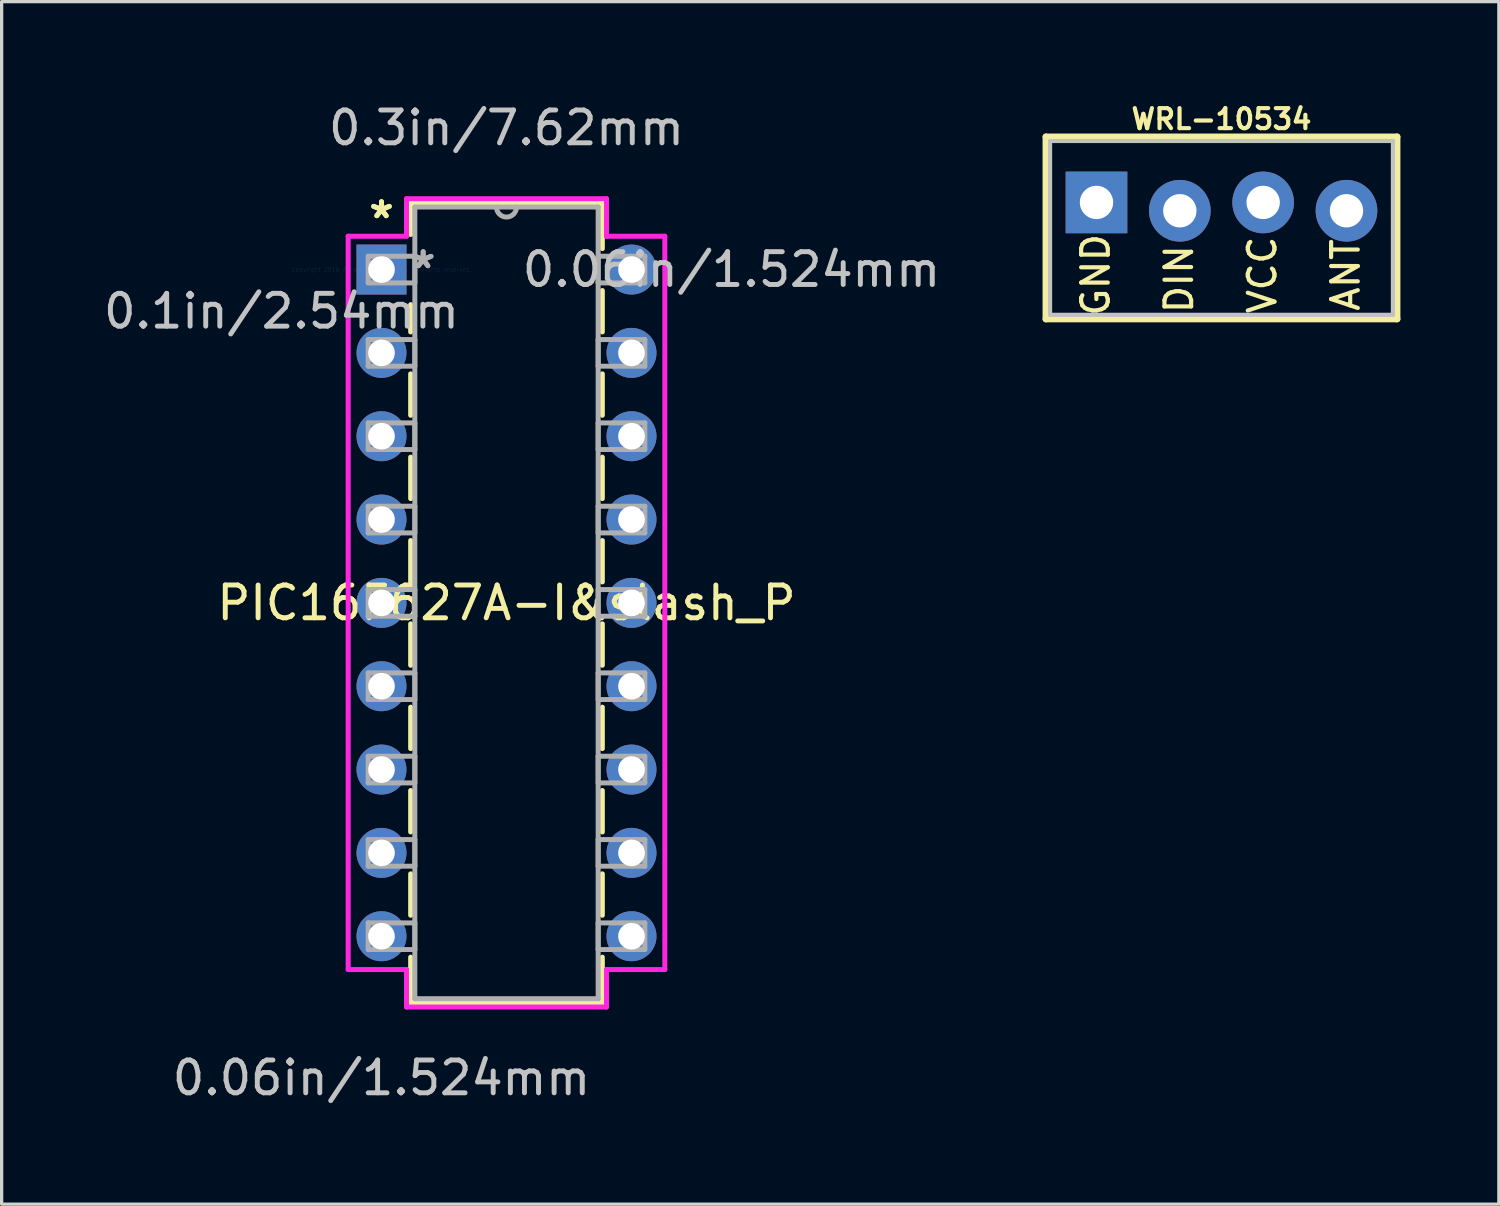
<source format=kicad_pcb>
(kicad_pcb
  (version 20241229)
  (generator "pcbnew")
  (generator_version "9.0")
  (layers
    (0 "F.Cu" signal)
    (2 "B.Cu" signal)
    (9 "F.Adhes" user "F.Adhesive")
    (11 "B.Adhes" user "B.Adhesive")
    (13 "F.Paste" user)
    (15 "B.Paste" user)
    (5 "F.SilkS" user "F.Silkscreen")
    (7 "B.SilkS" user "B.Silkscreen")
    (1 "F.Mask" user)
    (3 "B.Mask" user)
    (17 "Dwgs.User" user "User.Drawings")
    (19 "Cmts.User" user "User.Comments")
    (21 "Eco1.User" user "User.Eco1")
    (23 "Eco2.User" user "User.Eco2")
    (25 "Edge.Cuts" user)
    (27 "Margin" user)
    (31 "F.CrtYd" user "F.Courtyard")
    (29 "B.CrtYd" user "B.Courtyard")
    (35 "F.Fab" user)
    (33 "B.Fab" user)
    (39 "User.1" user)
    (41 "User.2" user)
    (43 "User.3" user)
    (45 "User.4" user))
  (footprint "PIC16F627A-I&slash_P"
    (layer "F.Cu")
    (at 8.578 5.166)
    (property "Reference" "PIC16F627A-I&slash_P" (at 3.81 10.16 0) (layer "F.SilkS") (effects (font (size 1 1) (thickness 0.15))))
    (attr through_hole)
    (fp_line (start 0.889 -2.032) (end 0.889 -1.07) (stroke (width 0.152) (type solid)) (layer "F.SilkS"))
    (fp_line (start 0.889 1.07) (end 0.889 1.901) (stroke (width 0.152) (type solid)) (layer "F.SilkS"))
    (fp_line (start 0.889 3.179) (end 0.889 4.441) (stroke (width 0.152) (type solid)) (layer "F.SilkS"))
    (fp_line (start 0.889 5.719) (end 0.889 6.981) (stroke (width 0.152) (type solid)) (layer "F.SilkS"))
    (fp_line (start 0.889 8.259) (end 0.889 9.521) (stroke (width 0.152) (type solid)) (layer "F.SilkS"))
    (fp_line (start 0.889 10.799) (end 0.889 12.061) (stroke (width 0.152) (type solid)) (layer "F.SilkS"))
    (fp_line (start 0.889 13.339) (end 0.889 14.601) (stroke (width 0.152) (type solid)) (layer "F.SilkS"))
    (fp_line (start 0.889 15.879) (end 0.889 17.141) (stroke (width 0.152) (type solid)) (layer "F.SilkS"))
    (fp_line (start 0.889 18.419) (end 0.889 19.681) (stroke (width 0.152) (type solid)) (layer "F.SilkS"))
    (fp_line (start 0.889 20.959) (end 0.889 22.352) (stroke (width 0.152) (type solid)) (layer "F.SilkS"))
    (fp_line (start 0.889 22.352) (end 6.731 22.352) (stroke (width 0.152) (type solid)) (layer "F.SilkS"))
    (fp_line (start 6.731 -2.032) (end 0.889 -2.032) (stroke (width 0.152) (type solid)) (layer "F.SilkS"))
    (fp_line (start 6.731 -0.639) (end 6.731 -2.032) (stroke (width 0.152) (type solid)) (layer "F.SilkS"))
    (fp_line (start 6.731 1.901) (end 6.731 0.639) (stroke (width 0.152) (type solid)) (layer "F.SilkS"))
    (fp_line (start 6.731 4.441) (end 6.731 3.179) (stroke (width 0.152) (type solid)) (layer "F.SilkS"))
    (fp_line (start 6.731 6.981) (end 6.731 5.719) (stroke (width 0.152) (type solid)) (layer "F.SilkS"))
    (fp_line (start 6.731 9.521) (end 6.731 8.259) (stroke (width 0.152) (type solid)) (layer "F.SilkS"))
    (fp_line (start 6.731 12.061) (end 6.731 10.799) (stroke (width 0.152) (type solid)) (layer "F.SilkS"))
    (fp_line (start 6.731 14.601) (end 6.731 13.339) (stroke (width 0.152) (type solid)) (layer "F.SilkS"))
    (fp_line (start 6.731 17.141) (end 6.731 15.879) (stroke (width 0.152) (type solid)) (layer "F.SilkS"))
    (fp_line (start 6.731 19.681) (end 6.731 18.419) (stroke (width 0.152) (type solid)) (layer "F.SilkS"))
    (fp_line (start 6.731 22.352) (end 6.731 20.959) (stroke (width 0.152) (type solid)) (layer "F.SilkS"))
    (fp_line (start -1.016 -1.016) (end -1.016 21.336) (stroke (width 0.152) (type solid)) (layer "F.CrtYd"))
    (fp_line (start -1.016 21.336) (end 0.762 21.336) (stroke (width 0.152) (type solid)) (layer "F.CrtYd"))
    (fp_line (start 0.762 -2.159) (end 0.762 -1.016) (stroke (width 0.152) (type solid)) (layer "F.CrtYd"))
    (fp_line (start 0.762 -1.016) (end -1.016 -1.016) (stroke (width 0.152) (type solid)) (layer "F.CrtYd"))
    (fp_line (start 0.762 21.336) (end 0.762 22.479) (stroke (width 0.152) (type solid)) (layer "F.CrtYd"))
    (fp_line (start 0.762 22.479) (end 6.858 22.479) (stroke (width 0.152) (type solid)) (layer "F.CrtYd"))
    (fp_line (start 6.858 -2.159) (end 0.762 -2.159) (stroke (width 0.152) (type solid)) (layer "F.CrtYd"))
    (fp_line (start 6.858 -1.016) (end 6.858 -2.159) (stroke (width 0.152) (type solid)) (layer "F.CrtYd"))
    (fp_line (start 6.858 21.336) (end 8.636 21.336) (stroke (width 0.152) (type solid)) (layer "F.CrtYd"))
    (fp_line (start 6.858 22.479) (end 6.858 21.336) (stroke (width 0.152) (type solid)) (layer "F.CrtYd"))
    (fp_line (start 8.636 -1.016) (end 6.858 -1.016) (stroke (width 0.152) (type solid)) (layer "F.CrtYd"))
    (fp_line (start 8.636 21.336) (end 8.636 -1.016) (stroke (width 0.152) (type solid)) (layer "F.CrtYd"))
    (fp_line (start -0.406 -0.406) (end -0.406 0.406) (stroke (width 0.152) (type solid)) (layer "F.Fab"))
    (fp_line (start -0.406 0.406) (end 1.016 0.406) (stroke (width 0.152) (type solid)) (layer "F.Fab"))
    (fp_line (start -0.406 2.134) (end -0.406 2.946) (stroke (width 0.152) (type solid)) (layer "F.Fab"))
    (fp_line (start -0.406 2.946) (end 1.016 2.946) (stroke (width 0.152) (type solid)) (layer "F.Fab"))
    (fp_line (start -0.406 4.674) (end -0.406 5.486) (stroke (width 0.152) (type solid)) (layer "F.Fab"))
    (fp_line (start -0.406 5.486) (end 1.016 5.486) (stroke (width 0.152) (type solid)) (layer "F.Fab"))
    (fp_line (start -0.406 7.214) (end -0.406 8.026) (stroke (width 0.152) (type solid)) (layer "F.Fab"))
    (fp_line (start -0.406 8.026) (end 1.016 8.026) (stroke (width 0.152) (type solid)) (layer "F.Fab"))
    (fp_line (start -0.406 9.754) (end -0.406 10.566) (stroke (width 0.152) (type solid)) (layer "F.Fab"))
    (fp_line (start -0.406 10.566) (end 1.016 10.566) (stroke (width 0.152) (type solid)) (layer "F.Fab"))
    (fp_line (start -0.406 12.294) (end -0.406 13.106) (stroke (width 0.152) (type solid)) (layer "F.Fab"))
    (fp_line (start -0.406 13.106) (end 1.016 13.106) (stroke (width 0.152) (type solid)) (layer "F.Fab"))
    (fp_line (start -0.406 14.834) (end -0.406 15.646) (stroke (width 0.152) (type solid)) (layer "F.Fab"))
    (fp_line (start -0.406 15.646) (end 1.016 15.646) (stroke (width 0.152) (type solid)) (layer "F.Fab"))
    (fp_line (start -0.406 17.374) (end -0.406 18.186) (stroke (width 0.152) (type solid)) (layer "F.Fab"))
    (fp_line (start -0.406 18.186) (end 1.016 18.186) (stroke (width 0.152) (type solid)) (layer "F.Fab"))
    (fp_line (start -0.406 19.914) (end -0.406 20.726) (stroke (width 0.152) (type solid)) (layer "F.Fab"))
    (fp_line (start -0.406 20.726) (end 1.016 20.726) (stroke (width 0.152) (type solid)) (layer "F.Fab"))
    (fp_line (start 1.016 -1.905) (end 1.016 22.225) (stroke (width 0.152) (type solid)) (layer "F.Fab"))
    (fp_line (start 1.016 -0.406) (end -0.406 -0.406) (stroke (width 0.152) (type solid)) (layer "F.Fab"))
    (fp_line (start 1.016 0.406) (end 1.016 -0.406) (stroke (width 0.152) (type solid)) (layer "F.Fab"))
    (fp_line (start 1.016 2.134) (end -0.406 2.134) (stroke (width 0.152) (type solid)) (layer "F.Fab"))
    (fp_line (start 1.016 2.946) (end 1.016 2.134) (stroke (width 0.152) (type solid)) (layer "F.Fab"))
    (fp_line (start 1.016 4.674) (end -0.406 4.674) (stroke (width 0.152) (type solid)) (layer "F.Fab"))
    (fp_line (start 1.016 5.486) (end 1.016 4.674) (stroke (width 0.152) (type solid)) (layer "F.Fab"))
    (fp_line (start 1.016 7.214) (end -0.406 7.214) (stroke (width 0.152) (type solid)) (layer "F.Fab"))
    (fp_line (start 1.016 8.026) (end 1.016 7.214) (stroke (width 0.152) (type solid)) (layer "F.Fab"))
    (fp_line (start 1.016 9.754) (end -0.406 9.754) (stroke (width 0.152) (type solid)) (layer "F.Fab"))
    (fp_line (start 1.016 10.566) (end 1.016 9.754) (stroke (width 0.152) (type solid)) (layer "F.Fab"))
    (fp_line (start 1.016 12.294) (end -0.406 12.294) (stroke (width 0.152) (type solid)) (layer "F.Fab"))
    (fp_line (start 1.016 13.106) (end 1.016 12.294) (stroke (width 0.152) (type solid)) (layer "F.Fab"))
    (fp_line (start 1.016 14.834) (end -0.406 14.834) (stroke (width 0.152) (type solid)) (layer "F.Fab"))
    (fp_line (start 1.016 15.646) (end 1.016 14.834) (stroke (width 0.152) (type solid)) (layer "F.Fab"))
    (fp_line (start 1.016 17.374) (end -0.406 17.374) (stroke (width 0.152) (type solid)) (layer "F.Fab"))
    (fp_line (start 1.016 18.186) (end 1.016 17.374) (stroke (width 0.152) (type solid)) (layer "F.Fab"))
    (fp_line (start 1.016 19.914) (end -0.406 19.914) (stroke (width 0.152) (type solid)) (layer "F.Fab"))
    (fp_line (start 1.016 20.726) (end 1.016 19.914) (stroke (width 0.152) (type solid)) (layer "F.Fab"))
    (fp_line (start 1.016 22.225) (end 6.604 22.225) (stroke (width 0.152) (type solid)) (layer "F.Fab"))
    (fp_line (start 6.604 -1.905) (end 1.016 -1.905) (stroke (width 0.152) (type solid)) (layer "F.Fab"))
    (fp_line (start 6.604 -0.406) (end 6.604 0.406) (stroke (width 0.152) (type solid)) (layer "F.Fab"))
    (fp_line (start 6.604 0.406) (end 8.026 0.406) (stroke (width 0.152) (type solid)) (layer "F.Fab"))
    (fp_line (start 6.604 2.134) (end 6.604 2.946) (stroke (width 0.152) (type solid)) (layer "F.Fab"))
    (fp_line (start 6.604 2.946) (end 8.026 2.946) (stroke (width 0.152) (type solid)) (layer "F.Fab"))
    (fp_line (start 6.604 4.674) (end 6.604 5.486) (stroke (width 0.152) (type solid)) (layer "F.Fab"))
    (fp_line (start 6.604 5.486) (end 8.026 5.486) (stroke (width 0.152) (type solid)) (layer "F.Fab"))
    (fp_line (start 6.604 7.214) (end 6.604 8.026) (stroke (width 0.152) (type solid)) (layer "F.Fab"))
    (fp_line (start 6.604 8.026) (end 8.026 8.026) (stroke (width 0.152) (type solid)) (layer "F.Fab"))
    (fp_line (start 6.604 9.754) (end 6.604 10.566) (stroke (width 0.152) (type solid)) (layer "F.Fab"))
    (fp_line (start 6.604 10.566) (end 8.026 10.566) (stroke (width 0.152) (type solid)) (layer "F.Fab"))
    (fp_line (start 6.604 12.294) (end 6.604 13.106) (stroke (width 0.152) (type solid)) (layer "F.Fab"))
    (fp_line (start 6.604 13.106) (end 8.026 13.106) (stroke (width 0.152) (type solid)) (layer "F.Fab"))
    (fp_line (start 6.604 14.834) (end 6.604 15.646) (stroke (width 0.152) (type solid)) (layer "F.Fab"))
    (fp_line (start 6.604 15.646) (end 8.026 15.646) (stroke (width 0.152) (type solid)) (layer "F.Fab"))
    (fp_line (start 6.604 17.374) (end 6.604 18.186) (stroke (width 0.152) (type solid)) (layer "F.Fab"))
    (fp_line (start 6.604 18.186) (end 8.026 18.186) (stroke (width 0.152) (type solid)) (layer "F.Fab"))
    (fp_line (start 6.604 19.914) (end 6.604 20.726) (stroke (width 0.152) (type solid)) (layer "F.Fab"))
    (fp_line (start 6.604 20.726) (end 8.026 20.726) (stroke (width 0.152) (type solid)) (layer "F.Fab"))
    (fp_line (start 6.604 22.225) (end 6.604 -1.905) (stroke (width 0.152) (type solid)) (layer "F.Fab"))
    (fp_line (start 8.026 -0.406) (end 6.604 -0.406) (stroke (width 0.152) (type solid)) (layer "F.Fab"))
    (fp_line (start 8.026 0.406) (end 8.026 -0.406) (stroke (width 0.152) (type solid)) (layer "F.Fab"))
    (fp_line (start 8.026 2.134) (end 6.604 2.134) (stroke (width 0.152) (type solid)) (layer "F.Fab"))
    (fp_line (start 8.026 2.946) (end 8.026 2.134) (stroke (width 0.152) (type solid)) (layer "F.Fab"))
    (fp_line (start 8.026 4.674) (end 6.604 4.674) (stroke (width 0.152) (type solid)) (layer "F.Fab"))
    (fp_line (start 8.026 5.486) (end 8.026 4.674) (stroke (width 0.152) (type solid)) (layer "F.Fab"))
    (fp_line (start 8.026 7.214) (end 6.604 7.214) (stroke (width 0.152) (type solid)) (layer "F.Fab"))
    (fp_line (start 8.026 8.026) (end 8.026 7.214) (stroke (width 0.152) (type solid)) (layer "F.Fab"))
    (fp_line (start 8.026 9.754) (end 6.604 9.754) (stroke (width 0.152) (type solid)) (layer "F.Fab"))
    (fp_line (start 8.026 10.566) (end 8.026 9.754) (stroke (width 0.152) (type solid)) (layer "F.Fab"))
    (fp_line (start 8.026 12.294) (end 6.604 12.294) (stroke (width 0.152) (type solid)) (layer "F.Fab"))
    (fp_line (start 8.026 13.106) (end 8.026 12.294) (stroke (width 0.152) (type solid)) (layer "F.Fab"))
    (fp_line (start 8.026 14.834) (end 6.604 14.834) (stroke (width 0.152) (type solid)) (layer "F.Fab"))
    (fp_line (start 8.026 15.646) (end 8.026 14.834) (stroke (width 0.152) (type solid)) (layer "F.Fab"))
    (fp_line (start 8.026 17.374) (end 6.604 17.374) (stroke (width 0.152) (type solid)) (layer "F.Fab"))
    (fp_line (start 8.026 18.186) (end 8.026 17.374) (stroke (width 0.152) (type solid)) (layer "F.Fab"))
    (fp_line (start 8.026 19.914) (end 6.604 19.914) (stroke (width 0.152) (type solid)) (layer "F.Fab"))
    (fp_line (start 8.026 20.726) (end 8.026 19.914) (stroke (width 0.152) (type solid)) (layer "F.Fab"))
    (fp_arc (start 4.1148 -1.905) (mid 3.81 -1.6002) (end 3.5052 -1.905) (stroke (width 0.1524) (type solid)) (layer "F.Fab"))
    (fp_text user "*" (at 0 -1.524 0) (layer "F.SilkS") (effects (font (size 1 1) (thickness 0.15))))
    (fp_text user "*" (at 0 -1.524 0) (layer "F.SilkS") (effects (font (size 1 1) (thickness 0.15))))
    (fp_text user "0.06in/1.524mm" (at 0 24.638 0) (layer "Dwgs.User") (effects (font (size 1 1) (thickness 0.15))))
    (fp_text user "0.3in/7.62mm" (at 3.81 -4.318 0) (layer "Dwgs.User") (effects (font (size 1 1) (thickness 0.15))))
    (fp_text user "0.06in/1.524mm" (at 10.668 0 0) (layer "Dwgs.User") (effects (font (size 1 1) (thickness 0.15))))
    (fp_text user "0.1in/2.54mm" (at -3.048 1.27 0) (layer "Dwgs.User") (effects (font (size 1 1) (thickness 0.15))))
    (fp_text user "Copyright 2016 Accelerated Designs. All rights reserved." (at 0 0 0) (layer "Cmts.User") (effects (font (size 0.127 0.127) (thickness 0.002))))
    (fp_text user "*" (at 1.27 0 0) (layer "F.Fab") (effects (font (size 1 1) (thickness 0.15))))
    (fp_text user "*" (at 1.27 0 0) (layer "F.Fab") (effects (font (size 1 1) (thickness 0.15))))
    (pad "1" thru_hole rect (at 0 0) (size 1.524 1.524) (drill 0.813) (layers "*.Cu" "*.Mask"))
    (pad "2" thru_hole circle (at 0 2.54) (size 1.524 1.524) (drill 0.813) (layers "*.Cu" "*.Mask"))
    (pad "3" thru_hole circle (at 0 5.08) (size 1.524 1.524) (drill 0.813) (layers "*.Cu" "*.Mask"))
    (pad "4" thru_hole circle (at 0 7.62) (size 1.524 1.524) (drill 0.813) (layers "*.Cu" "*.Mask"))
    (pad "5" thru_hole circle (at 0 10.16) (size 1.524 1.524) (drill 0.813) (layers "*.Cu" "*.Mask"))
    (pad "6" thru_hole circle (at 0 12.7) (size 1.524 1.524) (drill 0.813) (layers "*.Cu" "*.Mask"))
    (pad "7" thru_hole circle (at 0 15.24) (size 1.524 1.524) (drill 0.813) (layers "*.Cu" "*.Mask"))
    (pad "8" thru_hole circle (at 0 17.78) (size 1.524 1.524) (drill 0.813) (layers "*.Cu" "*.Mask"))
    (pad "9" thru_hole circle (at 0 20.32) (size 1.524 1.524) (drill 0.813) (layers "*.Cu" "*.Mask"))
    (pad "10" thru_hole circle (at 7.62 20.32) (size 1.524 1.524) (drill 0.813) (layers "*.Cu" "*.Mask"))
    (pad "11" thru_hole circle (at 7.62 17.78) (size 1.524 1.524) (drill 0.813) (layers "*.Cu" "*.Mask"))
    (pad "12" thru_hole circle (at 7.62 15.24) (size 1.524 1.524) (drill 0.813) (layers "*.Cu" "*.Mask"))
    (pad "13" thru_hole circle (at 7.62 12.7) (size 1.524 1.524) (drill 0.813) (layers "*.Cu" "*.Mask"))
    (pad "14" thru_hole circle (at 7.62 10.16) (size 1.524 1.524) (drill 0.813) (layers "*.Cu" "*.Mask"))
    (pad "15" thru_hole circle (at 7.62 7.62) (size 1.524 1.524) (drill 0.813) (layers "*.Cu" "*.Mask"))
    (pad "16" thru_hole circle (at 7.62 5.08) (size 1.524 1.524) (drill 0.813) (layers "*.Cu" "*.Mask"))
    (pad "17" thru_hole circle (at 7.62 2.54) (size 1.524 1.524) (drill 0.813) (layers "*.Cu" "*.Mask"))
    (pad "18" thru_hole circle (at 7.62 0) (size 1.524 1.524) (drill 0.813) (layers "*.Cu" "*.Mask")))
  (footprint "WRL-10534"
    (layer "F.Cu")
    (at 34.181 3.247)
    (property "Reference" "WRL-10534" (at 0 -2.667 0) (layer "F.SilkS") (effects (font (size 0.61 0.61) (thickness 0.127))))
    (attr exclude_from_pos_files exclude_from_bom)
    (fp_line (start -5.352 -2.126) (end -5.352 3.426) (stroke (width 0.203) (type solid)) (layer "F.SilkS"))
    (fp_line (start -5.352 3.426) (end 5.352 3.426) (stroke (width 0.203) (type solid)) (layer "F.SilkS"))
    (fp_line (start 5.352 -2.126) (end -5.352 -2.126) (stroke (width 0.203) (type solid)) (layer "F.SilkS"))
    (fp_line (start 5.352 3.426) (end 5.352 -2.126) (stroke (width 0.203) (type solid)) (layer "F.SilkS"))
    (fp_line (start -5.225 -1.999) (end -5.225 3.299) (stroke (width 0.127) (type solid)) (layer "Dwgs.User"))
    (fp_line (start -5.225 3.299) (end 5.225 3.299) (stroke (width 0.127) (type solid)) (layer "Dwgs.User"))
    (fp_line (start 5.225 -1.999) (end -5.225 -1.999) (stroke (width 0.127) (type solid)) (layer "Dwgs.User"))
    (fp_line (start 5.225 3.299) (end 5.225 -1.999) (stroke (width 0.127) (type solid)) (layer "Dwgs.User"))
    (fp_text user "VCC" (at 1.245 2.083 90) (layer "F.SilkS") (effects (font (size 0.813 0.813) (thickness 0.127))))
    (fp_text user "DIN" (at -1.295 2.21 90) (layer "F.SilkS") (effects (font (size 0.813 0.813) (thickness 0.127))))
    (fp_text user "GND" (at -3.835 2.083 90) (layer "F.SilkS") (effects (font (size 0.813 0.813) (thickness 0.127))))
    (fp_text user "ANT" (at 3.785 2.083 90) (layer "F.SilkS") (effects (font (size 0.813 0.813) (thickness 0.127))))
    (pad "ANT" thru_hole circle (at 3.81 0.127) (size 1.88 1.88) (drill 1.016) (layers "*.Cu" "*.Mask"))
    (pad "DATA" thru_hole circle (at -1.27 0.127) (size 1.88 1.88) (drill 1.016) (layers "*.Cu" "*.Mask"))
    (pad "GND" thru_hole rect (at -3.81 -0.127) (size 1.88 1.88) (drill 1.016) (layers "*.Cu" "*.Mask"))
    (pad "VCC" thru_hole circle (at 1.27 -0.127) (size 1.88 1.88) (drill 1.016) (layers "*.Cu" "*.Mask")))
  (gr_rect
    (start -3 -3)
    (end 42.635 33.653)
    (stroke (width 0.1) (type default))
    (fill no)
    (layer "Edge.Cuts")))
</source>
